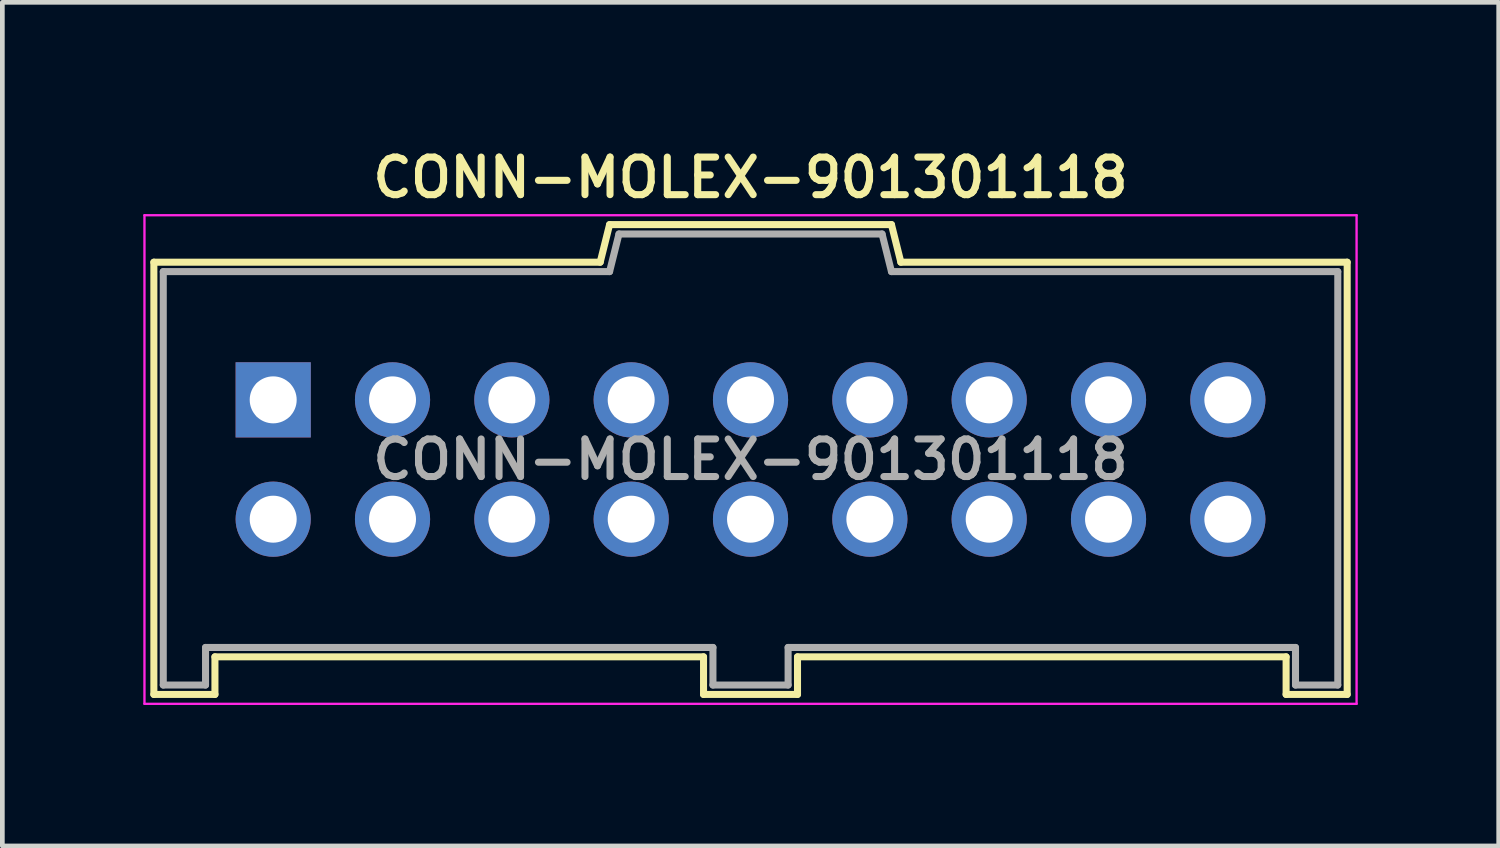
<source format=kicad_pcb>
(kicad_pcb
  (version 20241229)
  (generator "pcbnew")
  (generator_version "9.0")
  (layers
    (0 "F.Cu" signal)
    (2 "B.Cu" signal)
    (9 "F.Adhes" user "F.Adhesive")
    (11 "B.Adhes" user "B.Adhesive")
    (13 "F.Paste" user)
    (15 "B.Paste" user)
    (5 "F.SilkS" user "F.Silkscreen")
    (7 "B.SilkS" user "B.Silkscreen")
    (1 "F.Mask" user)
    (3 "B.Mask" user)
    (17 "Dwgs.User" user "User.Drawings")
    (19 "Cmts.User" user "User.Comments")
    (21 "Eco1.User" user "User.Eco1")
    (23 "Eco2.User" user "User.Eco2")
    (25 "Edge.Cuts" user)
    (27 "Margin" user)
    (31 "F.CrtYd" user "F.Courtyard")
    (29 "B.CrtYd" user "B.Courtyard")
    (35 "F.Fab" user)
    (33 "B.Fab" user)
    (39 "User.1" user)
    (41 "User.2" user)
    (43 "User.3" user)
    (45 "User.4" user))
  (footprint "CONN-MOLEX-901301118"
    (layer "F.Cu")
    (at 12.925 6.731)
    (property "Reference" "CONN-MOLEX-901301118" (at 0 -6 0) (layer "F.SilkS") (effects (font (size 0.8 0.8) (thickness 0.15))))
    (attr through_hole)
    (fp_line (start -12.7 -4.2) (end -12.7 5) (stroke (width 0.15) (type solid)) (layer "F.SilkS"))
    (fp_line (start -12.7 -4.2) (end -3.2 -4.2) (stroke (width 0.15) (type solid)) (layer "F.SilkS"))
    (fp_line (start -12.7 5) (end -11.4 5) (stroke (width 0.15) (type solid)) (layer "F.SilkS"))
    (fp_line (start -11.4 4.2) (end -1 4.2) (stroke (width 0.15) (type solid)) (layer "F.SilkS"))
    (fp_line (start -11.4 5) (end -11.4 4.2) (stroke (width 0.15) (type solid)) (layer "F.SilkS"))
    (fp_line (start -3 -5) (end -3.2 -4.2) (stroke (width 0.15) (type solid)) (layer "F.SilkS"))
    (fp_line (start -3 -5) (end 3 -5) (stroke (width 0.15) (type solid)) (layer "F.SilkS"))
    (fp_line (start -1 4.2) (end -1 5) (stroke (width 0.15) (type solid)) (layer "F.SilkS"))
    (fp_line (start -1 5) (end 1 5) (stroke (width 0.15) (type solid)) (layer "F.SilkS"))
    (fp_line (start 1 4.2) (end 11.4 4.2) (stroke (width 0.15) (type solid)) (layer "F.SilkS"))
    (fp_line (start 1 5) (end 1 4.2) (stroke (width 0.15) (type solid)) (layer "F.SilkS"))
    (fp_line (start 3.2 -4.2) (end 3 -5) (stroke (width 0.15) (type solid)) (layer "F.SilkS"))
    (fp_line (start 11.4 4.2) (end 11.4 5) (stroke (width 0.15) (type solid)) (layer "F.SilkS"))
    (fp_line (start 11.4 5) (end 12.7 5) (stroke (width 0.15) (type solid)) (layer "F.SilkS"))
    (fp_line (start 12.7 -4.2) (end 3.2 -4.2) (stroke (width 0.15) (type solid)) (layer "F.SilkS"))
    (fp_line (start 12.7 5) (end 12.7 -4.2) (stroke (width 0.15) (type solid)) (layer "F.SilkS"))
    (fp_line (start -12.9 -5.2) (end 12.9 -5.2) (stroke (width 0.05) (type solid)) (layer "F.CrtYd"))
    (fp_line (start -12.9 5.2) (end -12.9 -5.2) (stroke (width 0.05) (type solid)) (layer "F.CrtYd"))
    (fp_line (start 12.9 -5.2) (end 12.9 5.2) (stroke (width 0.05) (type solid)) (layer "F.CrtYd"))
    (fp_line (start 12.9 5.2) (end -12.9 5.2) (stroke (width 0.05) (type solid)) (layer "F.CrtYd"))
    (fp_line (start -12.5 -4) (end -3 -4) (stroke (width 0.15) (type solid)) (layer "F.Fab"))
    (fp_line (start -12.5 4.8) (end -12.5 -4) (stroke (width 0.15) (type solid)) (layer "F.Fab"))
    (fp_line (start -11.6 4) (end -11.6 4.8) (stroke (width 0.15) (type solid)) (layer "F.Fab"))
    (fp_line (start -11.6 4.8) (end -12.5 4.8) (stroke (width 0.15) (type solid)) (layer "F.Fab"))
    (fp_line (start -10.46 -1.57) (end -9.86 -1.57) (stroke (width 0.15) (type solid)) (layer "F.Fab"))
    (fp_line (start -10.46 -0.97) (end -10.46 -1.57) (stroke (width 0.15) (type solid)) (layer "F.Fab"))
    (fp_line (start -10.46 0.97) (end -9.86 0.97) (stroke (width 0.15) (type solid)) (layer "F.Fab"))
    (fp_line (start -10.46 1.57) (end -10.46 0.97) (stroke (width 0.15) (type solid)) (layer "F.Fab"))
    (fp_line (start -9.86 -1.57) (end -9.86 -0.97) (stroke (width 0.15) (type solid)) (layer "F.Fab"))
    (fp_line (start -9.86 -0.97) (end -10.46 -0.97) (stroke (width 0.15) (type solid)) (layer "F.Fab"))
    (fp_line (start -9.86 0.97) (end -9.86 1.57) (stroke (width 0.15) (type solid)) (layer "F.Fab"))
    (fp_line (start -9.86 1.57) (end -10.46 1.57) (stroke (width 0.15) (type solid)) (layer "F.Fab"))
    (fp_line (start -7.92 -1.57) (end -7.32 -1.57) (stroke (width 0.15) (type solid)) (layer "F.Fab"))
    (fp_line (start -7.92 -0.97) (end -7.92 -1.57) (stroke (width 0.15) (type solid)) (layer "F.Fab"))
    (fp_line (start -7.92 0.97) (end -7.32 0.97) (stroke (width 0.15) (type solid)) (layer "F.Fab"))
    (fp_line (start -7.92 1.57) (end -7.92 0.97) (stroke (width 0.15) (type solid)) (layer "F.Fab"))
    (fp_line (start -7.32 -1.57) (end -7.32 -0.97) (stroke (width 0.15) (type solid)) (layer "F.Fab"))
    (fp_line (start -7.32 -0.97) (end -7.92 -0.97) (stroke (width 0.15) (type solid)) (layer "F.Fab"))
    (fp_line (start -7.32 0.97) (end -7.32 1.57) (stroke (width 0.15) (type solid)) (layer "F.Fab"))
    (fp_line (start -7.32 1.57) (end -7.92 1.57) (stroke (width 0.15) (type solid)) (layer "F.Fab"))
    (fp_line (start -5.38 -1.57) (end -4.78 -1.57) (stroke (width 0.15) (type solid)) (layer "F.Fab"))
    (fp_line (start -5.38 -0.97) (end -5.38 -1.57) (stroke (width 0.15) (type solid)) (layer "F.Fab"))
    (fp_line (start -5.38 0.97) (end -4.78 0.97) (stroke (width 0.15) (type solid)) (layer "F.Fab"))
    (fp_line (start -5.38 1.57) (end -5.38 0.97) (stroke (width 0.15) (type solid)) (layer "F.Fab"))
    (fp_line (start -4.78 -1.57) (end -4.78 -0.97) (stroke (width 0.15) (type solid)) (layer "F.Fab"))
    (fp_line (start -4.78 -0.97) (end -5.38 -0.97) (stroke (width 0.15) (type solid)) (layer "F.Fab"))
    (fp_line (start -4.78 0.97) (end -4.78 1.57) (stroke (width 0.15) (type solid)) (layer "F.Fab"))
    (fp_line (start -4.78 1.57) (end -5.38 1.57) (stroke (width 0.15) (type solid)) (layer "F.Fab"))
    (fp_line (start -3 -4) (end -2.8 -4.8) (stroke (width 0.15) (type solid)) (layer "F.Fab"))
    (fp_line (start -2.84 -1.57) (end -2.24 -1.57) (stroke (width 0.15) (type solid)) (layer "F.Fab"))
    (fp_line (start -2.84 -0.97) (end -2.84 -1.57) (stroke (width 0.15) (type solid)) (layer "F.Fab"))
    (fp_line (start -2.84 0.97) (end -2.24 0.97) (stroke (width 0.15) (type solid)) (layer "F.Fab"))
    (fp_line (start -2.84 1.57) (end -2.84 0.97) (stroke (width 0.15) (type solid)) (layer "F.Fab"))
    (fp_line (start -2.8 -4.8) (end 2.8 -4.8) (stroke (width 0.15) (type solid)) (layer "F.Fab"))
    (fp_line (start -2.24 -1.57) (end -2.24 -0.97) (stroke (width 0.15) (type solid)) (layer "F.Fab"))
    (fp_line (start -2.24 -0.97) (end -2.84 -0.97) (stroke (width 0.15) (type solid)) (layer "F.Fab"))
    (fp_line (start -2.24 0.97) (end -2.24 1.57) (stroke (width 0.15) (type solid)) (layer "F.Fab"))
    (fp_line (start -2.24 1.57) (end -2.84 1.57) (stroke (width 0.15) (type solid)) (layer "F.Fab"))
    (fp_line (start -0.8 4) (end -11.6 4) (stroke (width 0.15) (type solid)) (layer "F.Fab"))
    (fp_line (start -0.8 4.8) (end -0.8 4) (stroke (width 0.15) (type solid)) (layer "F.Fab"))
    (fp_line (start -0.3 -1.57) (end 0.3 -1.57) (stroke (width 0.15) (type solid)) (layer "F.Fab"))
    (fp_line (start -0.3 -0.97) (end -0.3 -1.57) (stroke (width 0.15) (type solid)) (layer "F.Fab"))
    (fp_line (start -0.3 0.97) (end 0.3 0.97) (stroke (width 0.15) (type solid)) (layer "F.Fab"))
    (fp_line (start -0.3 1.57) (end -0.3 0.97) (stroke (width 0.15) (type solid)) (layer "F.Fab"))
    (fp_line (start 0.3 -1.57) (end 0.3 -0.97) (stroke (width 0.15) (type solid)) (layer "F.Fab"))
    (fp_line (start 0.3 -0.97) (end -0.3 -0.97) (stroke (width 0.15) (type solid)) (layer "F.Fab"))
    (fp_line (start 0.3 0.97) (end 0.3 1.57) (stroke (width 0.15) (type solid)) (layer "F.Fab"))
    (fp_line (start 0.3 1.57) (end -0.3 1.57) (stroke (width 0.15) (type solid)) (layer "F.Fab"))
    (fp_line (start 0.8 4) (end 0.8 4.8) (stroke (width 0.15) (type solid)) (layer "F.Fab"))
    (fp_line (start 0.8 4.8) (end -0.8 4.8) (stroke (width 0.15) (type solid)) (layer "F.Fab"))
    (fp_line (start 2.24 -1.57) (end 2.84 -1.57) (stroke (width 0.15) (type solid)) (layer "F.Fab"))
    (fp_line (start 2.24 -0.97) (end 2.24 -1.57) (stroke (width 0.15) (type solid)) (layer "F.Fab"))
    (fp_line (start 2.24 0.97) (end 2.84 0.97) (stroke (width 0.15) (type solid)) (layer "F.Fab"))
    (fp_line (start 2.24 1.57) (end 2.24 0.97) (stroke (width 0.15) (type solid)) (layer "F.Fab"))
    (fp_line (start 2.8 -4.8) (end 3 -4) (stroke (width 0.15) (type solid)) (layer "F.Fab"))
    (fp_line (start 2.84 -1.57) (end 2.84 -0.97) (stroke (width 0.15) (type solid)) (layer "F.Fab"))
    (fp_line (start 2.84 -0.97) (end 2.24 -0.97) (stroke (width 0.15) (type solid)) (layer "F.Fab"))
    (fp_line (start 2.84 0.97) (end 2.84 1.57) (stroke (width 0.15) (type solid)) (layer "F.Fab"))
    (fp_line (start 2.84 1.57) (end 2.24 1.57) (stroke (width 0.15) (type solid)) (layer "F.Fab"))
    (fp_line (start 3 -4) (end 12.5 -4) (stroke (width 0.15) (type solid)) (layer "F.Fab"))
    (fp_line (start 4.78 -1.57) (end 5.38 -1.57) (stroke (width 0.15) (type solid)) (layer "F.Fab"))
    (fp_line (start 4.78 -0.97) (end 4.78 -1.57) (stroke (width 0.15) (type solid)) (layer "F.Fab"))
    (fp_line (start 4.78 0.97) (end 5.38 0.97) (stroke (width 0.15) (type solid)) (layer "F.Fab"))
    (fp_line (start 4.78 1.57) (end 4.78 0.97) (stroke (width 0.15) (type solid)) (layer "F.Fab"))
    (fp_line (start 5.38 -1.57) (end 5.38 -0.97) (stroke (width 0.15) (type solid)) (layer "F.Fab"))
    (fp_line (start 5.38 -0.97) (end 4.78 -0.97) (stroke (width 0.15) (type solid)) (layer "F.Fab"))
    (fp_line (start 5.38 0.97) (end 5.38 1.57) (stroke (width 0.15) (type solid)) (layer "F.Fab"))
    (fp_line (start 5.38 1.57) (end 4.78 1.57) (stroke (width 0.15) (type solid)) (layer "F.Fab"))
    (fp_line (start 7.32 -1.57) (end 7.92 -1.57) (stroke (width 0.15) (type solid)) (layer "F.Fab"))
    (fp_line (start 7.32 -0.97) (end 7.32 -1.57) (stroke (width 0.15) (type solid)) (layer "F.Fab"))
    (fp_line (start 7.32 0.97) (end 7.92 0.97) (stroke (width 0.15) (type solid)) (layer "F.Fab"))
    (fp_line (start 7.32 1.57) (end 7.32 0.97) (stroke (width 0.15) (type solid)) (layer "F.Fab"))
    (fp_line (start 7.92 -1.57) (end 7.92 -0.97) (stroke (width 0.15) (type solid)) (layer "F.Fab"))
    (fp_line (start 7.92 -0.97) (end 7.32 -0.97) (stroke (width 0.15) (type solid)) (layer "F.Fab"))
    (fp_line (start 7.92 0.97) (end 7.92 1.57) (stroke (width 0.15) (type solid)) (layer "F.Fab"))
    (fp_line (start 7.92 1.57) (end 7.32 1.57) (stroke (width 0.15) (type solid)) (layer "F.Fab"))
    (fp_line (start 9.86 -1.57) (end 10.46 -1.57) (stroke (width 0.15) (type solid)) (layer "F.Fab"))
    (fp_line (start 9.86 -0.97) (end 9.86 -1.57) (stroke (width 0.15) (type solid)) (layer "F.Fab"))
    (fp_line (start 9.86 0.97) (end 10.46 0.97) (stroke (width 0.15) (type solid)) (layer "F.Fab"))
    (fp_line (start 9.86 1.57) (end 9.86 0.97) (stroke (width 0.15) (type solid)) (layer "F.Fab"))
    (fp_line (start 10.46 -1.57) (end 10.46 -0.97) (stroke (width 0.15) (type solid)) (layer "F.Fab"))
    (fp_line (start 10.46 -0.97) (end 9.86 -0.97) (stroke (width 0.15) (type solid)) (layer "F.Fab"))
    (fp_line (start 10.46 0.97) (end 10.46 1.57) (stroke (width 0.15) (type solid)) (layer "F.Fab"))
    (fp_line (start 10.46 1.57) (end 9.86 1.57) (stroke (width 0.15) (type solid)) (layer "F.Fab"))
    (fp_line (start 11.6 4) (end 0.8 4) (stroke (width 0.15) (type solid)) (layer "F.Fab"))
    (fp_line (start 11.6 4.8) (end 11.6 4) (stroke (width 0.15) (type solid)) (layer "F.Fab"))
    (fp_line (start 12.5 -4) (end 12.5 4.8) (stroke (width 0.15) (type solid)) (layer "F.Fab"))
    (fp_line (start 12.5 4.8) (end 11.6 4.8) (stroke (width 0.15) (type solid)) (layer "F.Fab"))
    (fp_text user "${REFERENCE}" (at 0 0 0) (layer "F.Fab") (effects (font (size 0.8 0.8) (thickness 0.15))))
    (pad "1" thru_hole rect (at -10.16 -1.27) (size 1.6 1.6) (drill 1) (layers "*.Cu" "*.Mask"))
    (pad "2" thru_hole circle (at -10.16 1.27) (size 1.6 1.6) (drill 1) (layers "*.Cu" "*.Mask"))
    (pad "3" thru_hole circle (at -7.62 -1.27) (size 1.6 1.6) (drill 1) (layers "*.Cu" "*.Mask"))
    (pad "4" thru_hole circle (at -7.62 1.27) (size 1.6 1.6) (drill 1) (layers "*.Cu" "*.Mask"))
    (pad "5" thru_hole circle (at -5.08 -1.27) (size 1.6 1.6) (drill 1) (layers "*.Cu" "*.Mask"))
    (pad "6" thru_hole circle (at -5.08 1.27) (size 1.6 1.6) (drill 1) (layers "*.Cu" "*.Mask"))
    (pad "7" thru_hole circle (at -2.54 -1.27) (size 1.6 1.6) (drill 1) (layers "*.Cu" "*.Mask"))
    (pad "8" thru_hole circle (at -2.54 1.27) (size 1.6 1.6) (drill 1) (layers "*.Cu" "*.Mask"))
    (pad "9" thru_hole circle (at 0 -1.27) (size 1.6 1.6) (drill 1) (layers "*.Cu" "*.Mask"))
    (pad "10" thru_hole circle (at 0 1.27) (size 1.6 1.6) (drill 1) (layers "*.Cu" "*.Mask"))
    (pad "11" thru_hole circle (at 2.54 -1.27) (size 1.6 1.6) (drill 1) (layers "*.Cu" "*.Mask"))
    (pad "12" thru_hole circle (at 2.54 1.27) (size 1.6 1.6) (drill 1) (layers "*.Cu" "*.Mask"))
    (pad "13" thru_hole circle (at 5.08 -1.27) (size 1.6 1.6) (drill 1) (layers "*.Cu" "*.Mask"))
    (pad "14" thru_hole circle (at 5.08 1.27) (size 1.6 1.6) (drill 1) (layers "*.Cu" "*.Mask"))
    (pad "15" thru_hole circle (at 7.62 -1.27) (size 1.6 1.6) (drill 1) (layers "*.Cu" "*.Mask"))
    (pad "16" thru_hole circle (at 7.62 1.27) (size 1.6 1.6) (drill 1) (layers "*.Cu" "*.Mask"))
    (pad "17" thru_hole circle (at 10.16 -1.27) (size 1.6 1.6) (drill 1) (layers "*.Cu" "*.Mask"))
    (pad "18" thru_hole circle (at 10.16 1.27) (size 1.6 1.6) (drill 1) (layers "*.Cu" "*.Mask")))
  (gr_rect
    (start -3 -3)
    (end 28.85 14.956)
    (stroke (width 0.1) (type default))
    (fill no)
    (layer "Edge.Cuts")))
</source>
